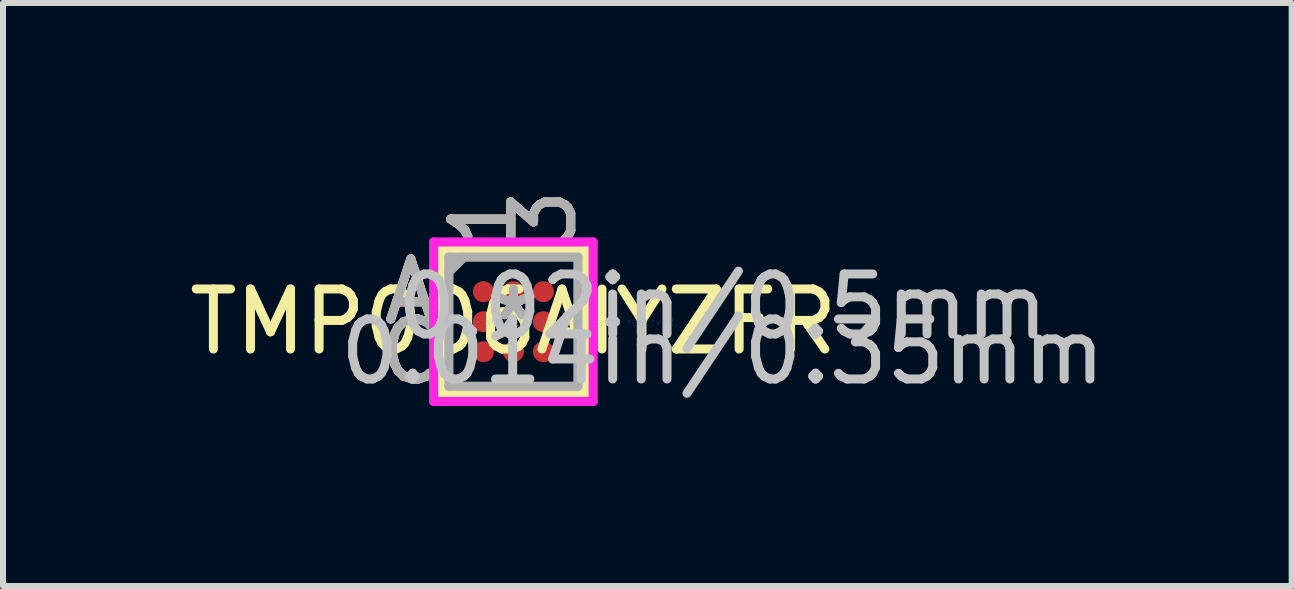
<source format=kicad_pcb>
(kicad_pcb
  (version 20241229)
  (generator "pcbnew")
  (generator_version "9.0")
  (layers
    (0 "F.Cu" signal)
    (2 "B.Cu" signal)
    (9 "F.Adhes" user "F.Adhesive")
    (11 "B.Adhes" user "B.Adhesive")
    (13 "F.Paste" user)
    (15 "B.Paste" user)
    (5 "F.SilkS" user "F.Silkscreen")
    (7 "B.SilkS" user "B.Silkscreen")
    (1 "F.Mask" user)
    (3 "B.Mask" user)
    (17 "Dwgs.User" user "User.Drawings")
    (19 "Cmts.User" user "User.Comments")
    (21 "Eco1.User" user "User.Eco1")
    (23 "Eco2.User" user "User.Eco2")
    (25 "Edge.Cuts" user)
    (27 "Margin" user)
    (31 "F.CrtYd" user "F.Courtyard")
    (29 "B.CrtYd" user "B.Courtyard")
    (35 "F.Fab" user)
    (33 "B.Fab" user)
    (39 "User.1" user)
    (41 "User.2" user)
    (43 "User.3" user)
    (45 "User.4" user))
  (footprint "TMP006AIYZFR"
    (layer "F.Cu")
    (at 5.506 2.311)
    (property "Reference" "TMP006AIYZFR" (at 0 0 0) (layer "F.SilkS") (effects (font (size 1 1) (thickness 0.15))))
    (attr through_hole)
    (fp_line (start -1.202 -1.202) (end -1.202 1.202) (stroke (width 0.152) (type solid)) (layer "F.SilkS"))
    (fp_line (start -1.202 1.202) (end 1.202 1.202) (stroke (width 0.152) (type solid)) (layer "F.SilkS"))
    (fp_line (start 1.202 -1.202) (end -1.202 -1.202) (stroke (width 0.152) (type solid)) (layer "F.SilkS"))
    (fp_line (start 1.202 1.202) (end 1.202 -1.202) (stroke (width 0.152) (type solid)) (layer "F.SilkS"))
    (fp_line (start -1.329 -1.329) (end 1.329 -1.329) (stroke (width 0.152) (type solid)) (layer "F.CrtYd"))
    (fp_line (start -1.329 1.329) (end -1.329 -1.329) (stroke (width 0.152) (type solid)) (layer "F.CrtYd"))
    (fp_line (start 1.329 -1.329) (end 1.329 1.329) (stroke (width 0.152) (type solid)) (layer "F.CrtYd"))
    (fp_line (start 1.329 1.329) (end -1.329 1.329) (stroke (width 0.152) (type solid)) (layer "F.CrtYd"))
    (fp_line (start -1.075 -1.075) (end -1.075 1.075) (stroke (width 0.152) (type solid)) (layer "F.Fab"))
    (fp_line (start -1.075 1.075) (end 1.075 1.075) (stroke (width 0.152) (type solid)) (layer "F.Fab"))
    (fp_line (start -0.825 -1.075) (end -1.075 -0.825) (stroke (width 0.152) (type solid)) (layer "F.Fab"))
    (fp_line (start 1.075 -1.075) (end -1.075 -1.075) (stroke (width 0.152) (type solid)) (layer "F.Fab"))
    (fp_line (start 1.075 1.075) (end 1.075 -1.075) (stroke (width 0.152) (type solid)) (layer "F.Fab"))
    (fp_text user "3" (at 0.5 -1.71 90) (layer "F.SilkS") (effects (font (size 1 1) (thickness 0.15))))
    (fp_text user "*" (at 0 0 0) (layer "F.SilkS") (effects (font (size 1 1) (thickness 0.15))))
    (fp_text user "A" (at -1.71 -0.5 0) (layer "F.SilkS") (effects (font (size 1 1) (thickness 0.15))))
    (fp_text user "1" (at -0.5 -1.71 90) (layer "F.SilkS") (effects (font (size 1 1) (thickness 0.15))))
    (fp_text user "C" (at -1.71 0.5 0) (layer "F.SilkS") (effects (font (size 1 1) (thickness 0.15))))
    (fp_text user "A" (at -1.71 -0.5 0) (layer "B.SilkS") (effects (font (size 1 1) (thickness 0.15))))
    (fp_text user "C" (at -1.71 0.5 0) (layer "B.SilkS") (effects (font (size 1 1) (thickness 0.15))))
    (fp_text user "1" (at -0.5 -1.71 90) (layer "B.SilkS") (effects (font (size 1 1) (thickness 0.15))))
    (fp_text user "3" (at 0.5 -1.71 90) (layer "B.SilkS") (effects (font (size 1 1) (thickness 0.15))))
    (fp_text user "0.014in/0.35mm" (at 3.488 0.5 0) (layer "Dwgs.User") (effects (font (size 1 1) (thickness 0.15))))
    (fp_text user "0.02in/0.5mm" (at 3.488 -0.25 0) (layer "Dwgs.User") (effects (font (size 1 1) (thickness 0.15))))
    (fp_text user "Copyright 2016 Accelerated Designs. All rights reserved." (at 0 0 0) (layer "Cmts.User") (effects (font (size 0.127 0.127) (thickness 0.002))))
    (fp_text user "A" (at -1.71 -0.5 0) (layer "F.Fab") (effects (font (size 1 1) (thickness 0.15))))
    (fp_text user "3" (at 0.5 -1.71 90) (layer "F.Fab") (effects (font (size 1 1) (thickness 0.15))))
    (fp_text user "1" (at -0.5 -1.71 90) (layer "F.Fab") (effects (font (size 1 1) (thickness 0.15))))
    (fp_text user "C" (at -1.71 0.5 0) (layer "F.Fab") (effects (font (size 1 1) (thickness 0.15))))
    (fp_text user "*" (at 0 0 0) (layer "F.Fab") (effects (font (size 1 1) (thickness 0.15))))
    (pad "A1" smd circle (at -0.5 -0.5) (size 0.35 0.35) (layers "F.Cu" "F.Mask" "F.Paste"))
    (pad "A2" smd circle (at 0 -0.5) (size 0.35 0.35) (layers "F.Cu" "F.Mask" "F.Paste"))
    (pad "A3" smd circle (at 0.5 -0.5) (size 0.35 0.35) (layers "F.Cu" "F.Mask" "F.Paste"))
    (pad "B1" smd circle (at -0.5 0) (size 0.35 0.35) (layers "F.Cu" "F.Mask" "F.Paste"))
    (pad "B3" smd circle (at 0.5 0) (size 0.35 0.35) (layers "F.Cu" "F.Mask" "F.Paste"))
    (pad "C1" smd circle (at -0.5 0.5) (size 0.35 0.35) (layers "F.Cu" "F.Mask" "F.Paste"))
    (pad "C2" smd circle (at 0 0.5) (size 0.35 0.35) (layers "F.Cu" "F.Mask" "F.Paste"))
    (pad "C3" smd circle (at 0.5 0.5) (size 0.35 0.35) (layers "F.Cu" "F.Mask" "F.Paste")))
  (gr_rect
    (start -3 -3)
    (end 18.476 6.716)
    (stroke (width 0.1) (type default))
    (fill no)
    (layer "Edge.Cuts")))
</source>
